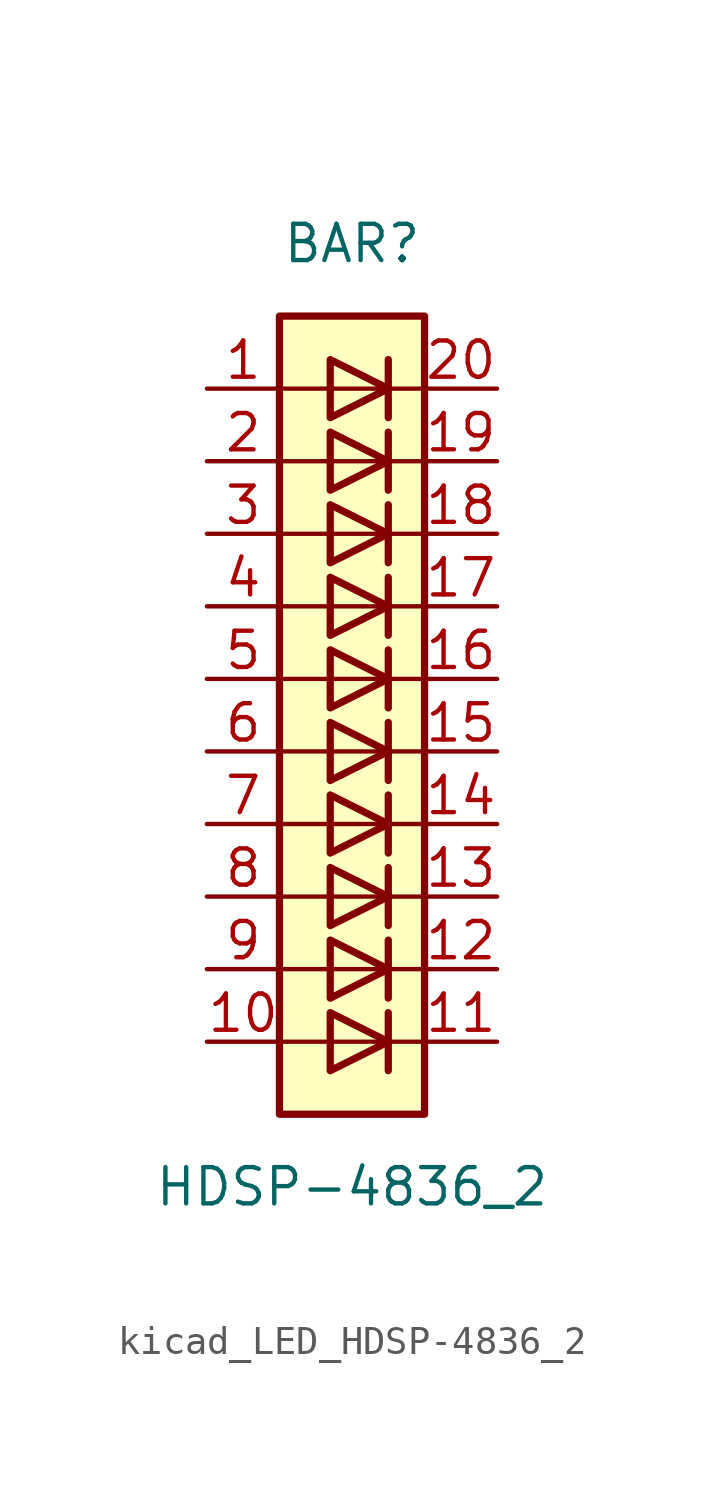
<source format=kicad_sym>
(kicad_symbol_lib
  (version 20220914)
  (generator kicad_symbol_editor)
  (symbol "kicad_LED_HDSP-4836_2"
    (pin_names
      (offset 1.016) hide)
    (property "Reference" "BAR"
      (at 0 15.24 0)
      (effects (font (size 1.27 1.27))))
    (property "Value" "HDSP-4836_2"
      (at 0 -17.78 0)
      (effects (font (size 1.27 1.27))))
    (symbol "kicad_LED_HDSP-4836_2_0_1"
      (rectangle (start -2.54 12.7) (end 2.54 -15.24) (stroke (width 0.254) (type default)) (fill (type background)))
      (polyline (pts (xy -2.54 -12.7) (xy 2.54 -12.7)) (stroke (width 0) (type default)) (fill (type none)))
      (polyline (pts (xy -2.54 -10.16) (xy 2.54 -10.16)) (stroke (width 0) (type default)) (fill (type none)))
      (polyline (pts (xy -2.54 -7.62) (xy 2.54 -7.62)) (stroke (width 0) (type default)) (fill (type none)))
      (polyline (pts (xy -2.54 -5.08) (xy 2.54 -5.08)) (stroke (width 0) (type default)) (fill (type none)))
      (polyline (pts (xy -2.54 0) (xy 2.54 0)) (stroke (width 0) (type default)) (fill (type none)))
      (polyline (pts (xy -2.54 5.08) (xy 2.54 5.08)) (stroke (width 0) (type default)) (fill (type none)))
      (polyline (pts (xy -2.54 7.62) (xy 2.54 7.62)) (stroke (width 0) (type default)) (fill (type none)))
      (polyline (pts (xy -2.54 10.16) (xy 2.54 10.16)) (stroke (width 0) (type default)) (fill (type none)))
      (polyline (pts (xy 1.27 -11.684) (xy 1.27 -13.716)) (stroke (width 0.254) (type default)) (fill (type none)))
      (polyline (pts (xy 1.27 -9.144) (xy 1.27 -11.176)) (stroke (width 0.254) (type default)) (fill (type none)))
      (polyline (pts (xy 1.27 -6.604) (xy 1.27 -8.636)) (stroke (width 0.254) (type default)) (fill (type none)))
      (polyline (pts (xy 1.27 -4.064) (xy 1.27 -6.096)) (stroke (width 0.254) (type default)) (fill (type none)))
      (polyline (pts (xy 1.27 -1.524) (xy 1.27 -3.556)) (stroke (width 0.254) (type default)) (fill (type none)))
      (polyline (pts (xy 1.27 1.016) (xy 1.27 -1.016)) (stroke (width 0.254) (type default)) (fill (type none)))
      (polyline (pts (xy 1.27 3.556) (xy 1.27 1.524)) (stroke (width 0.254) (type default)) (fill (type none)))
      (polyline (pts (xy 1.27 6.096) (xy 1.27 4.064)) (stroke (width 0.254) (type default)) (fill (type none)))
      (polyline (pts (xy 1.27 8.636) (xy 1.27 6.604)) (stroke (width 0.254) (type default)) (fill (type none)))
      (polyline (pts (xy 1.27 11.176) (xy 1.27 9.144)) (stroke (width 0.254) (type default)) (fill (type none)))
      (polyline (pts (xy 2.54 -2.54) (xy -2.54 -2.54)) (stroke (width 0) (type default)) (fill (type none)))
      (polyline (pts (xy 2.54 2.54) (xy -2.54 2.54)) (stroke (width 0) (type default)) (fill (type none)))
      (polyline (pts (xy -0.762 -11.684) (xy -0.762 -13.716) (xy 1.27 -12.7) (xy -0.762 -11.684)) (stroke (width 0.254) (type default)) (fill (type none)))
      (polyline (pts (xy -0.762 -9.144) (xy -0.762 -11.176) (xy 1.27 -10.16) (xy -0.762 -9.144)) (stroke (width 0.254) (type default)) (fill (type none)))
      (polyline (pts (xy -0.762 -6.604) (xy -0.762 -8.636) (xy 1.27 -7.62) (xy -0.762 -6.604)) (stroke (width 0.254) (type default)) (fill (type none)))
      (polyline (pts (xy -0.762 -4.064) (xy -0.762 -6.096) (xy 1.27 -5.08) (xy -0.762 -4.064)) (stroke (width 0.254) (type default)) (fill (type none)))
      (polyline (pts (xy -0.762 -1.524) (xy -0.762 -3.556) (xy 1.27 -2.54) (xy -0.762 -1.524)) (stroke (width 0.254) (type default)) (fill (type none)))
      (polyline (pts (xy -0.762 1.016) (xy -0.762 -1.016) (xy 1.27 0) (xy -0.762 1.016)) (stroke (width 0.254) (type default)) (fill (type none)))
      (polyline (pts (xy -0.762 3.556) (xy -0.762 1.524) (xy 1.27 2.54) (xy -0.762 3.556)) (stroke (width 0.254) (type default)) (fill (type none)))
      (polyline (pts (xy -0.762 6.096) (xy -0.762 4.064) (xy 1.27 5.08) (xy -0.762 6.096)) (stroke (width 0.254) (type default)) (fill (type none)))
      (polyline (pts (xy -0.762 8.636) (xy -0.762 6.604) (xy 1.27 7.62) (xy -0.762 8.636)) (stroke (width 0.254) (type default)) (fill (type none)))
      (polyline (pts (xy -0.762 11.176) (xy -0.762 9.144) (xy 1.27 10.16) (xy -0.762 11.176)) (stroke (width 0.254) (type default)) (fill (type none))))
    (symbol "kicad_LED_HDSP-4836_2_1_1"
      (pin passive line (at -5.08 10.16 0) (length 2.54) (name "A" (effects (font (size 1.27 1.27)))) (number "1" (effects (font (size 1.27 1.27)))))
      (pin passive line (at -5.08 -12.7 0) (length 2.54) (name "A" (effects (font (size 1.27 1.27)))) (number "10" (effects (font (size 1.27 1.27)))))
      (pin passive line (at 5.08 -12.7 180) (length 2.54) (name "K" (effects (font (size 1.27 1.27)))) (number "11" (effects (font (size 1.27 1.27)))))
      (pin passive line (at 5.08 -10.16 180) (length 2.54) (name "K" (effects (font (size 1.27 1.27)))) (number "12" (effects (font (size 1.27 1.27)))))
      (pin passive line (at 5.08 -7.62 180) (length 2.54) (name "K" (effects (font (size 1.27 1.27)))) (number "13" (effects (font (size 1.27 1.27)))))
      (pin passive line (at 5.08 -5.08 180) (length 2.54) (name "K" (effects (font (size 1.27 1.27)))) (number "14" (effects (font (size 1.27 1.27)))))
      (pin passive line (at 5.08 -2.54 180) (length 2.54) (name "K" (effects (font (size 1.27 1.27)))) (number "15" (effects (font (size 1.27 1.27)))))
      (pin passive line (at 5.08 0 180) (length 2.54) (name "K" (effects (font (size 1.27 1.27)))) (number "16" (effects (font (size 1.27 1.27)))))
      (pin passive line (at 5.08 2.54 180) (length 2.54) (name "K" (effects (font (size 1.27 1.27)))) (number "17" (effects (font (size 1.27 1.27)))))
      (pin passive line (at 5.08 5.08 180) (length 2.54) (name "K" (effects (font (size 1.27 1.27)))) (number "18" (effects (font (size 1.27 1.27)))))
      (pin passive line (at 5.08 7.62 180) (length 2.54) (name "K" (effects (font (size 1.27 1.27)))) (number "19" (effects (font (size 1.27 1.27)))))
      (pin passive line (at -5.08 7.62 0) (length 2.54) (name "A" (effects (font (size 1.27 1.27)))) (number "2" (effects (font (size 1.27 1.27)))))
      (pin passive line (at 5.08 10.16 180) (length 2.54) (name "K" (effects (font (size 1.27 1.27)))) (number "20" (effects (font (size 1.27 1.27)))))
      (pin passive line (at -5.08 5.08 0) (length 2.54) (name "A" (effects (font (size 1.27 1.27)))) (number "3" (effects (font (size 1.27 1.27)))))
      (pin passive line (at -5.08 2.54 0) (length 2.54) (name "A" (effects (font (size 1.27 1.27)))) (number "4" (effects (font (size 1.27 1.27)))))
      (pin passive line (at -5.08 0 0) (length 2.54) (name "A" (effects (font (size 1.27 1.27)))) (number "5" (effects (font (size 1.27 1.27)))))
      (pin passive line (at -5.08 -2.54 0) (length 2.54) (name "A" (effects (font (size 1.27 1.27)))) (number "6" (effects (font (size 1.27 1.27)))))
      (pin passive line (at -5.08 -5.08 0) (length 2.54) (name "A" (effects (font (size 1.27 1.27)))) (number "7" (effects (font (size 1.27 1.27)))))
      (pin passive line (at -5.08 -7.62 0) (length 2.54) (name "A" (effects (font (size 1.27 1.27)))) (number "8" (effects (font (size 1.27 1.27)))))
      (pin passive line (at -5.08 -10.16 0) (length 2.54) (name "A" (effects (font (size 1.27 1.27)))) (number "9" (effects (font (size 1.27 1.27))))))))
</source>
